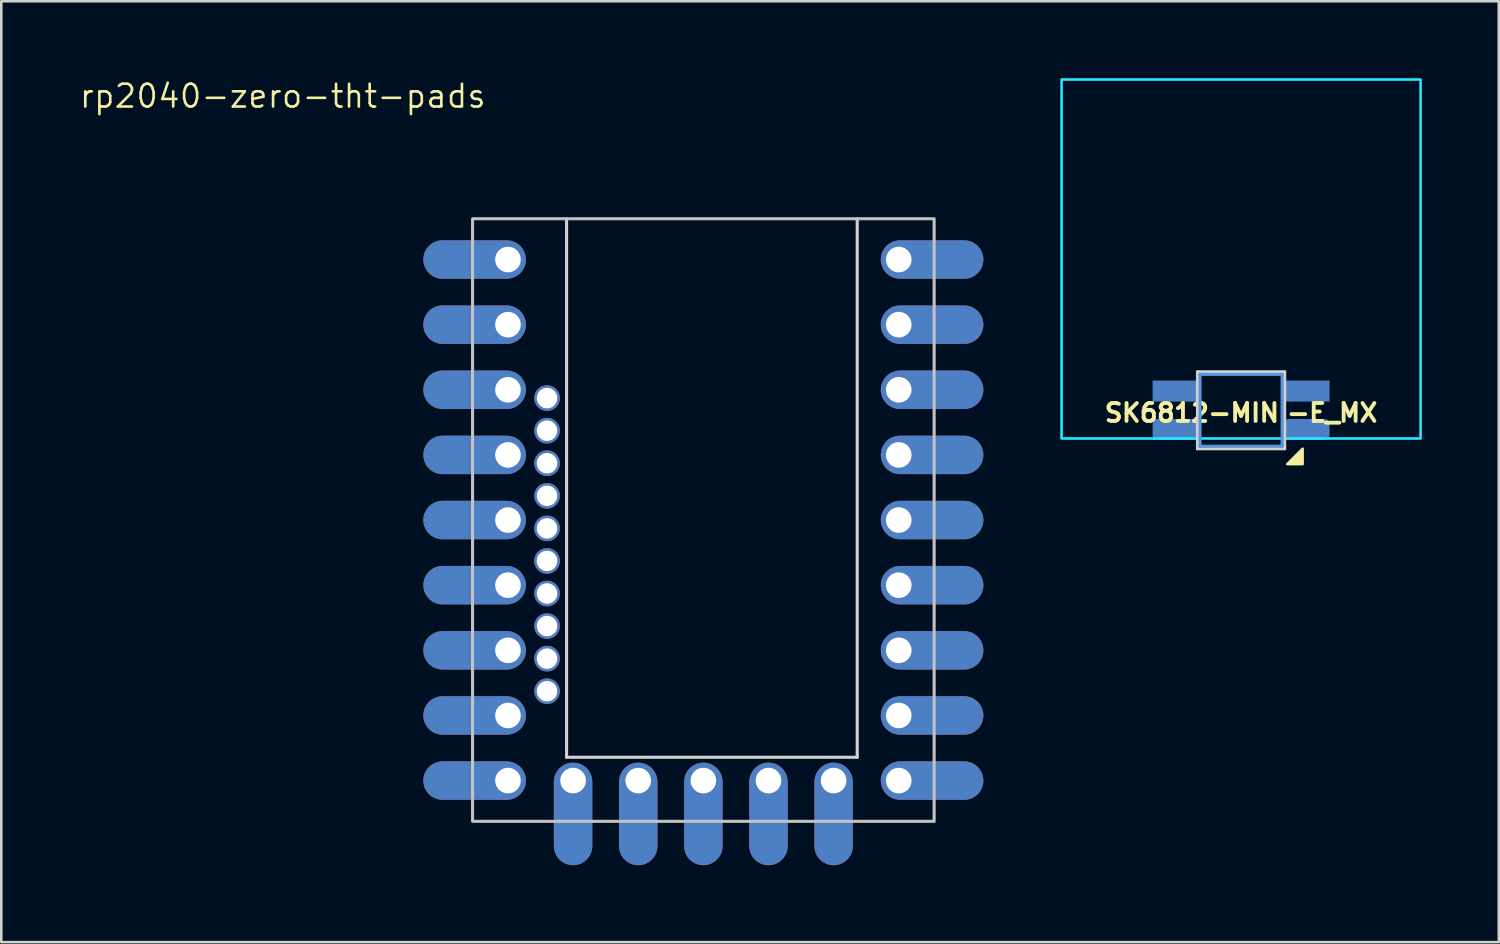
<source format=kicad_pcb>
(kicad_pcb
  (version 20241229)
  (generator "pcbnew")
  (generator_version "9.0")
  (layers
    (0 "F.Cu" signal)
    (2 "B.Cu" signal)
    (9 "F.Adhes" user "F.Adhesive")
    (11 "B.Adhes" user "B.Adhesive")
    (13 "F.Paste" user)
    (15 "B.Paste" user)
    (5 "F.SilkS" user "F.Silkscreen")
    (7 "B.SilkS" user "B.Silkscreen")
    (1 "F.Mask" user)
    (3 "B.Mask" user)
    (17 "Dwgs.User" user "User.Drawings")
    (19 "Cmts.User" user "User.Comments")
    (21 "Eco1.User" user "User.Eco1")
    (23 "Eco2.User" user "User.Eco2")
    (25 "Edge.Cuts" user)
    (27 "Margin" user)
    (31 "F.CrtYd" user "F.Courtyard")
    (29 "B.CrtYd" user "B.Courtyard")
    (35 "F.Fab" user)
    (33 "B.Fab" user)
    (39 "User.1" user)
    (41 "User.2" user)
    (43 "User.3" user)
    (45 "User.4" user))
  (footprint "SK6812-MINI-E_MX"
    (layer "F.Cu")
    (at 45.349 7.05)
    (property "Reference" "SK6812-MINI-E_MX" (at 0 6 0) (unlocked yes) (layer "F.SilkS") (effects (font (size 0.7 0.7) (thickness 0.15))))
    (attr through_hole)
    (fp_poly (pts (xy 2.4 7.4) (xy 2.4 8) (xy 1.8 8)) (stroke (width 0.1) (type solid)) (fill yes) (layer "F.SilkS"))
    (fp_line (start -1.6 4.5) (end -1.6 7.3) (stroke (width 0.12) (type solid)) (layer "Cmts.User"))
    (fp_line (start -1.6 7.3) (end 1.6 7.3) (stroke (width 0.12) (type solid)) (layer "Cmts.User"))
    (fp_line (start 1.6 4.5) (end -1.6 4.5) (stroke (width 0.12) (type solid)) (layer "Cmts.User"))
    (fp_line (start 1.6 7.3) (end 1.6 4.5) (stroke (width 0.12) (type solid)) (layer "Cmts.User"))
    (fp_line (start -1.7 4.4) (end -1.7 7.4) (stroke (width 0.12) (type solid)) (layer "Edge.Cuts"))
    (fp_line (start -1.7 7.4) (end 1.7 7.4) (stroke (width 0.12) (type solid)) (layer "Edge.Cuts"))
    (fp_line (start 1.7 4.4) (end -1.7 4.4) (stroke (width 0.12) (type solid)) (layer "Edge.Cuts"))
    (fp_line (start 1.7 7.4) (end 1.7 4.4) (stroke (width 0.12) (type solid)) (layer "Edge.Cuts"))
    (fp_rect (start -7 -7) (end 7 7) (stroke (width 0.1) (type default)) (fill no) (layer "B.CrtYd"))
    (pad "1" smd rect (at -2.55 5.15 180) (size 1.8 0.82) (layers "B.Cu" "B.Mask" "B.Paste"))
    (pad "2" smd rect (at -2.55 6.65 180) (size 1.8 0.82) (layers "B.Cu" "B.Mask" "B.Paste"))
    (pad "3" smd roundrect (at 2.55 6.65 180) (size 1.8 0.82) (layers "B.Cu" "B.Mask" "B.Paste") (roundrect_rratio 0.25))
    (pad "4" smd rect (at 2.55 5.15 180) (size 1.8 0.82) (layers "B.Cu" "B.Mask" "B.Paste")))
  (footprint "rp2040-zero-tht-pads"
    (layer "F.Cu")
    (at 24.379 17.231)
    (property "Reference" "rp2040-zero-tht-pads" (at -16.399 -16.533 0) (layer "F.SilkS") (effects (font (size 0.889 0.889) (thickness 0.102))))
    (attr through_hole exclude_from_pos_files)
    (fp_rect (start -9 -11.75) (end 9 11.75) (stroke (width 0.12) (type solid)) (fill no) (layer "Dwgs.User"))
    (fp_line (start -5.334 -11.75) (end -5.334 9.25) (stroke (width 0.12) (type solid)) (layer "Edge.Cuts"))
    (fp_line (start -5.334 9.25) (end 6 9.25) (stroke (width 0.12) (type solid)) (layer "Edge.Cuts"))
    (fp_line (start 6 9.25) (end 6 -11.75) (stroke (width 0.12) (type solid)) (layer "Edge.Cuts"))
    (pad "1" thru_hole oval (at 7.62 -10.16 180) (size 4 1.5) (drill 1 (offset -1.3 0)) (layers "*.Cu" "*.Mask"))
    (pad "2" thru_hole oval (at 7.62 -7.62 180) (size 4 1.5) (drill 1 (offset -1.3 0)) (layers "*.Cu" "*.Mask"))
    (pad "3" thru_hole oval (at 7.62 -5.08 180) (size 4 1.5) (drill 1 (offset -1.3 0)) (layers "*.Cu" "*.Mask"))
    (pad "4" thru_hole oval (at 7.62 -2.54 180) (size 4 1.5) (drill 1 (offset -1.3 0)) (layers "*.Cu" "*.Mask"))
    (pad "5" thru_hole oval (at 7.62 0 180) (size 4 1.5) (drill 1 (offset -1.3 0)) (layers "*.Cu" "*.Mask"))
    (pad "6" thru_hole oval (at 7.62 2.54 180) (size 4 1.5) (drill 1 (offset -1.3 0)) (layers "*.Cu" "*.Mask"))
    (pad "7" thru_hole oval (at 7.62 5.08 180) (size 4 1.5) (drill 1 (offset -1.3 0)) (layers "*.Cu" "*.Mask"))
    (pad "8" thru_hole oval (at 7.62 7.62 180) (size 4 1.5) (drill 1 (offset -1.3 0)) (layers "*.Cu" "*.Mask"))
    (pad "9" thru_hole oval (at 7.62 10.16 180) (size 4 1.5) (drill 1 (offset -1.3 0)) (layers "*.Cu" "*.Mask"))
    (pad "10" thru_hole oval (at 5.08 10.16 90) (size 4 1.5) (drill 1 (offset -1.3 0)) (layers "*.Cu" "*.Mask"))
    (pad "11" thru_hole oval (at 2.54 10.16 90) (size 4 1.5) (drill 1 (offset -1.3 0)) (layers "*.Cu" "*.Mask"))
    (pad "12" thru_hole oval (at 0 10.16 90) (size 4 1.5) (drill 1 (offset -1.3 0)) (layers "*.Cu" "*.Mask"))
    (pad "13" thru_hole oval (at -2.54 10.16 90) (size 4 1.5) (drill 1 (offset -1.3 0)) (layers "*.Cu" "*.Mask"))
    (pad "14" thru_hole oval (at -5.08 10.16 90) (size 4 1.5) (drill 1 (offset -1.3 0)) (layers "*.Cu" "*.Mask"))
    (pad "15" thru_hole oval (at -7.62 10.16) (size 4 1.5) (drill 1 (offset -1.3 0)) (layers "*.Cu" "*.Mask"))
    (pad "16" thru_hole oval (at -7.62 7.62) (size 4 1.5) (drill 1 (offset -1.3 0)) (layers "*.Cu" "*.Mask"))
    (pad "17" thru_hole oval (at -7.62 5.08) (size 4 1.5) (drill 1 (offset -1.3 0)) (layers "*.Cu" "*.Mask"))
    (pad "18" thru_hole oval (at -7.62 2.54) (size 4 1.5) (drill 1 (offset -1.3 0)) (layers "*.Cu" "*.Mask"))
    (pad "19" thru_hole oval (at -7.62 0) (size 4 1.5) (drill 1 (offset -1.3 0)) (layers "*.Cu" "*.Mask"))
    (pad "20" thru_hole oval (at -7.62 -2.54) (size 4 1.5) (drill 1 (offset -1.3 0)) (layers "*.Cu" "*.Mask"))
    (pad "21" thru_hole oval (at -7.62 -5.08) (size 4 1.5) (drill 1 (offset -1.3 0)) (layers "*.Cu" "*.Mask"))
    (pad "22" thru_hole oval (at -7.62 -7.62) (size 4 1.5) (drill 1 (offset -1.3 0)) (layers "*.Cu" "*.Mask"))
    (pad "23" thru_hole oval (at -7.62 -10.16) (size 4 1.5) (drill 1 (offset -1.3 0)) (layers "*.Cu" "*.Mask"))
    (pad "24" thru_hole circle (at -6.096 6.674) (size 1 1) (drill 0.8) (layers "*.Cu" "*.Mask"))
    (pad "25" thru_hole circle (at -6.096 5.404) (size 1 1) (drill 0.8) (layers "*.Cu" "*.Mask"))
    (pad "26" thru_hole circle (at -6.096 4.134) (size 1 1) (drill 0.8) (layers "*.Cu" "*.Mask"))
    (pad "27" thru_hole circle (at -6.096 2.864) (size 1 1) (drill 0.8) (layers "*.Cu" "*.Mask"))
    (pad "28" thru_hole circle (at -6.096 1.594) (size 1 1) (drill 0.8) (layers "*.Cu" "*.Mask"))
    (pad "29" thru_hole circle (at -6.096 0.324) (size 1 1) (drill 0.8) (layers "*.Cu" "*.Mask"))
    (pad "30" thru_hole circle (at -6.096 -0.946) (size 1 1) (drill 0.8) (layers "*.Cu" "*.Mask"))
    (pad "31" thru_hole circle (at -6.096 -2.216) (size 1 1) (drill 0.8) (layers "*.Cu" "*.Mask"))
    (pad "32" thru_hole circle (at -6.096 -3.486) (size 1 1) (drill 0.8) (layers "*.Cu" "*.Mask"))
    (pad "33" thru_hole circle (at -6.096 -4.756) (size 1 1) (drill 0.8) (layers "*.Cu" "*.Mask")))
  (gr_rect
    (start -3 -3)
    (end 55.399 33.691)
    (stroke (width 0.1) (type default))
    (fill no)
    (layer "Edge.Cuts")))
</source>
